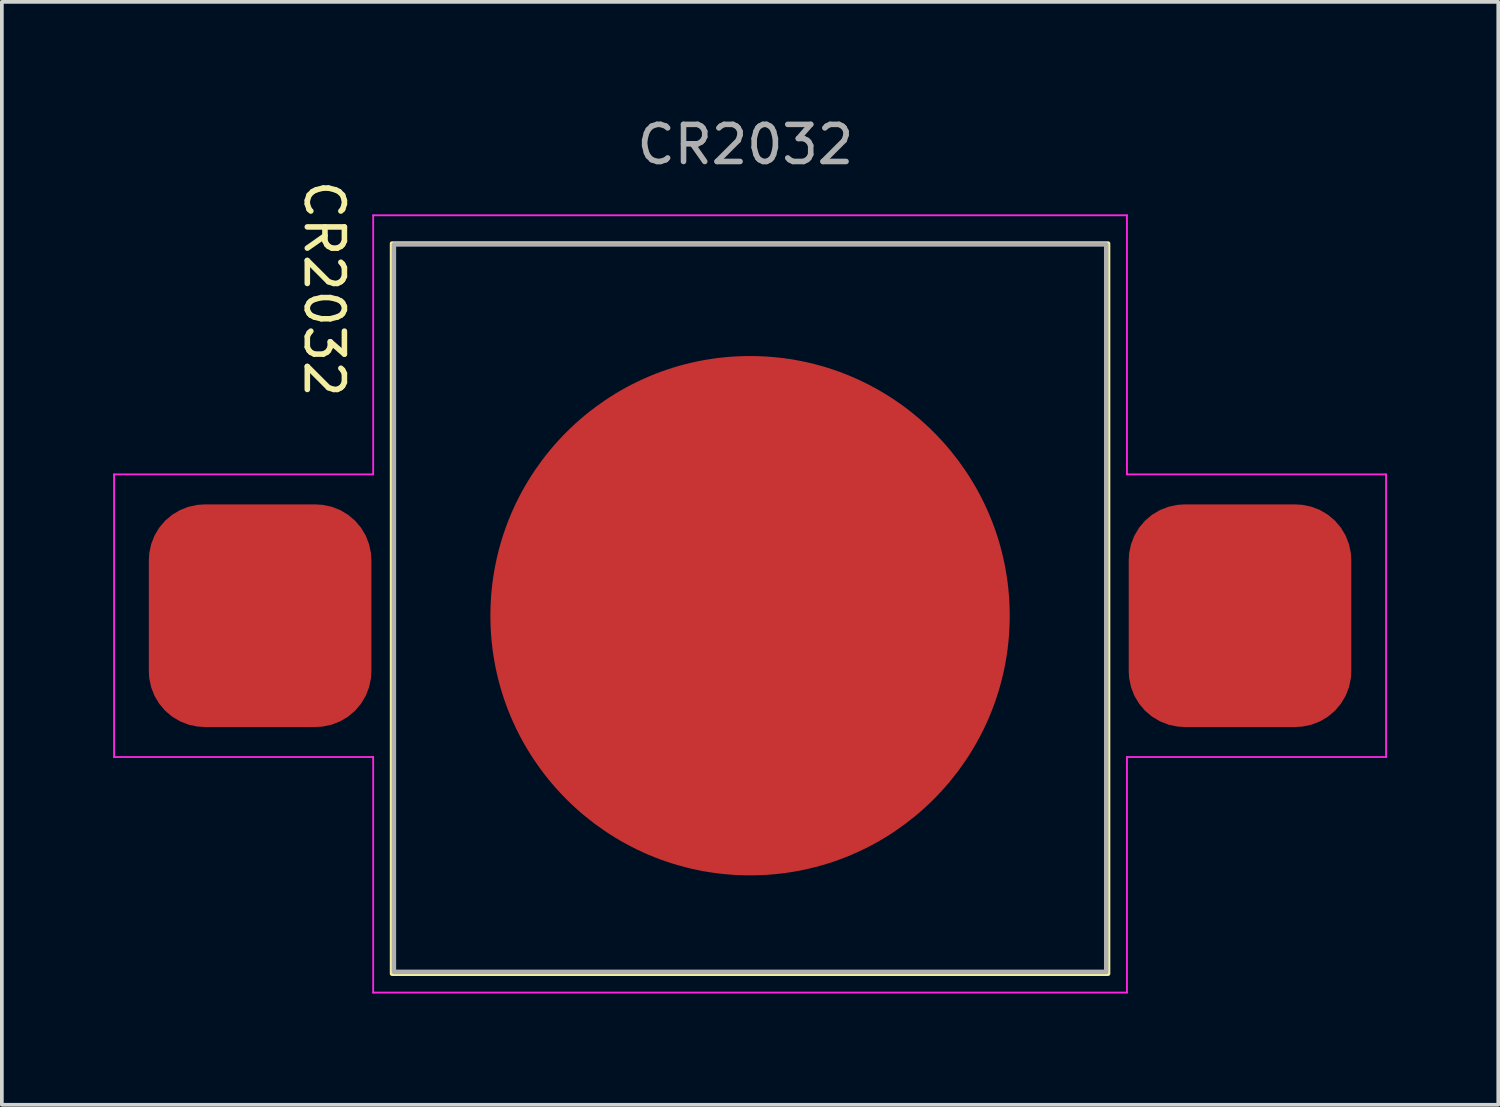
<source format=kicad_pcb>
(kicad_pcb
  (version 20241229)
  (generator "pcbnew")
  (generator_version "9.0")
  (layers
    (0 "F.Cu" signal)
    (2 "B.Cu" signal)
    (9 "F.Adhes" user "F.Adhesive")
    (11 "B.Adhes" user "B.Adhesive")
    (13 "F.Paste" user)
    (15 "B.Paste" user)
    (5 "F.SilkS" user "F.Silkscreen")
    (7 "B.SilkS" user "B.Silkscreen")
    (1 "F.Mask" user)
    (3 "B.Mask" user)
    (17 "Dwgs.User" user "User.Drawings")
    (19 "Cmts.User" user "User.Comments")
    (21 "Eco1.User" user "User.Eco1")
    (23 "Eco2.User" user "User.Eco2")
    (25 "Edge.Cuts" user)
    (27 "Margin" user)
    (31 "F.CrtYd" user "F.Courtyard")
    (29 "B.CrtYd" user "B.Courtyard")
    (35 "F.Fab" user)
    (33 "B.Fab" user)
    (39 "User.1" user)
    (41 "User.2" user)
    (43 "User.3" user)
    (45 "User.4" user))
  (footprint "CR2032"
    (layer "F.Cu")
    (at 17.17 13.548)
    (property "Reference" "CR2032" (at -11.481 -8.814 270) (unlocked yes) (layer "F.SilkS") (effects (font (size 1 1) (thickness 0.15))))
    (attr smd)
    (fp_rect (start -9.652 -10.033) (end 9.652 9.652) (stroke (width 0.12) (type solid)) (fill no) (layer "F.SilkS"))
    (fp_line (start -17.145 -3.81) (end -10.16 -3.81) (stroke (width 0.05) (type solid)) (layer "F.CrtYd"))
    (fp_line (start -17.145 3.81) (end -17.145 -3.81) (stroke (width 0.05) (type solid)) (layer "F.CrtYd"))
    (fp_line (start -10.16 -10.795) (end 10.16 -10.795) (stroke (width 0.05) (type solid)) (layer "F.CrtYd"))
    (fp_line (start -10.16 -3.81) (end -10.16 -10.795) (stroke (width 0.05) (type solid)) (layer "F.CrtYd"))
    (fp_line (start -10.16 3.81) (end -17.145 3.81) (stroke (width 0.05) (type solid)) (layer "F.CrtYd"))
    (fp_line (start -10.16 10.16) (end -10.16 3.81) (stroke (width 0.05) (type solid)) (layer "F.CrtYd"))
    (fp_line (start 10.16 -10.795) (end 10.16 -3.81) (stroke (width 0.05) (type solid)) (layer "F.CrtYd"))
    (fp_line (start 10.16 -3.81) (end 17.145 -3.81) (stroke (width 0.05) (type solid)) (layer "F.CrtYd"))
    (fp_line (start 10.16 3.81) (end 10.16 10.16) (stroke (width 0.05) (type solid)) (layer "F.CrtYd"))
    (fp_line (start 10.16 10.16) (end -10.16 10.16) (stroke (width 0.05) (type solid)) (layer "F.CrtYd"))
    (fp_line (start 17.145 -3.81) (end 17.145 3.81) (stroke (width 0.05) (type solid)) (layer "F.CrtYd"))
    (fp_line (start 17.145 3.81) (end 10.16 3.81) (stroke (width 0.05) (type solid)) (layer "F.CrtYd"))
    (fp_rect (start -9.601 -10.008) (end 9.601 9.601) (stroke (width 0.12) (type solid)) (fill no) (layer "F.Fab"))
    (fp_text user "${REFERENCE}" (at -0.127 -12.7 0) (unlocked yes) (layer "F.Fab") (effects (font (size 1 1) (thickness 0.15))))
    (pad "1" smd roundrect (at -13.208 0) (size 6 6) (layers "F.Cu" "F.Mask" "F.Paste") (roundrect_rratio 0.25))
    (pad "1" smd roundrect (at 13.208 0) (size 6 6) (layers "F.Cu" "F.Mask" "F.Paste") (roundrect_rratio 0.25))
    (pad "2" smd circle (at 0 0) (size 14 14) (layers "F.Cu" "F.Mask" "F.Paste")))
  (gr_rect
    (start -3 -3)
    (end 37.34 26.733)
    (stroke (width 0.1) (type default))
    (fill no)
    (layer "Edge.Cuts")))
</source>
